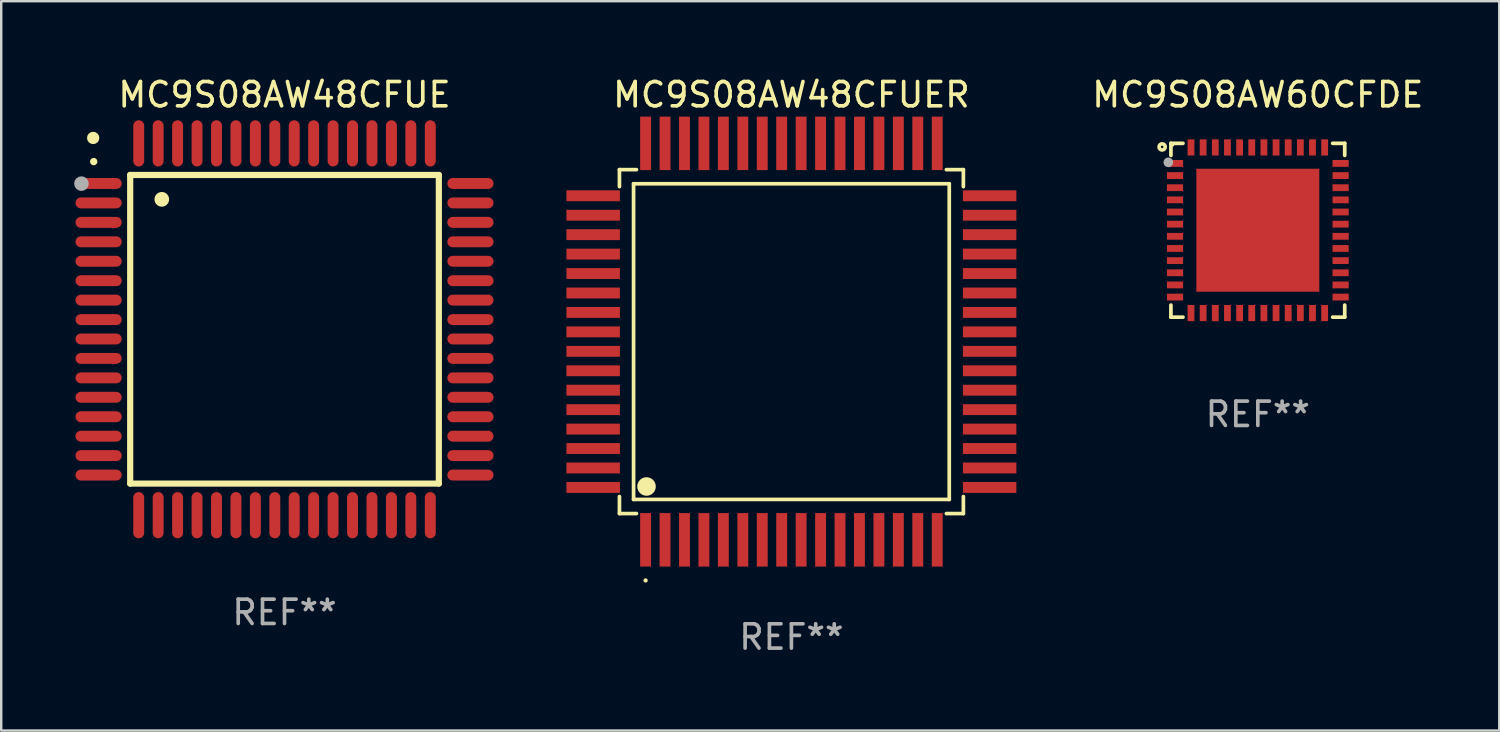
<source format=kicad_pcb>
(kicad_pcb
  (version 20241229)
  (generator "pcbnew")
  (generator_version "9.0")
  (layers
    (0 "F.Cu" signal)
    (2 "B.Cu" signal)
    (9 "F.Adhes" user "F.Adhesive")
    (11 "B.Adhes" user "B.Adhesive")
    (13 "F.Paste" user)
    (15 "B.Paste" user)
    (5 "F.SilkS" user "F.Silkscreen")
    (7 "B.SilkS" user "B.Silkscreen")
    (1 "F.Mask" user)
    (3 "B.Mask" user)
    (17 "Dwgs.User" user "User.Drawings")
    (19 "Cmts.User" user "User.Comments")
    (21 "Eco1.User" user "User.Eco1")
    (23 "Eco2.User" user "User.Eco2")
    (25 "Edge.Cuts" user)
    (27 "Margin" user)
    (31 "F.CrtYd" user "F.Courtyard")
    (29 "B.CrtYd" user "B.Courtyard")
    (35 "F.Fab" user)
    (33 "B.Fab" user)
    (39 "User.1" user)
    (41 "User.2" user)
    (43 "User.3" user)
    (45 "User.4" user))
  (footprint "MC9S08AW48CFUER"
    (layer "F.Cu")
    (at 29.515 11.006)
    (property "Reference" "MC9S08AW48CFUER" (at 0 -10.157 0) (layer "F.SilkS") (effects (font (size 1 1) (thickness 0.15))))
    (attr through_hole)
    (fp_line (start -7.076 -7.076) (end -7.076 -6.376) (stroke (width 0.152) (type solid)) (layer "F.SilkS"))
    (fp_line (start -7.076 7.076) (end -7.076 6.376) (stroke (width 0.152) (type solid)) (layer "F.SilkS"))
    (fp_line (start -6.495 -6.495) (end 6.495 -6.495) (stroke (width 0.152) (type solid)) (layer "F.SilkS"))
    (fp_line (start -6.495 6.495) (end -6.495 -6.495) (stroke (width 0.152) (type solid)) (layer "F.SilkS"))
    (fp_line (start -6.376 -7.076) (end -7.076 -7.076) (stroke (width 0.152) (type solid)) (layer "F.SilkS"))
    (fp_line (start -6.376 7.076) (end -7.076 7.076) (stroke (width 0.152) (type solid)) (layer "F.SilkS"))
    (fp_line (start 6.376 -7.076) (end 7.076 -7.076) (stroke (width 0.152) (type solid)) (layer "F.SilkS"))
    (fp_line (start 6.376 7.076) (end 7.076 7.076) (stroke (width 0.152) (type solid)) (layer "F.SilkS"))
    (fp_line (start 6.495 -6.495) (end 6.495 6.495) (stroke (width 0.152) (type solid)) (layer "F.SilkS"))
    (fp_line (start 6.495 6.495) (end -6.495 6.495) (stroke (width 0.152) (type solid)) (layer "F.SilkS"))
    (fp_line (start 7.076 -7.076) (end 7.076 -6.376) (stroke (width 0.152) (type solid)) (layer "F.SilkS"))
    (fp_line (start 7.076 7.076) (end 7.076 6.376) (stroke (width 0.152) (type solid)) (layer "F.SilkS"))
    (fp_circle (center -6 9.828) (end -5.956 9.828) (stroke (width 0.088) (type solid)) (fill no) (layer "F.SilkS"))
    (fp_circle (center -5.962 5.962) (end -5.771 5.962) (stroke (width 0.381) (type solid)) (fill no) (layer "F.SilkS"))
    (fp_text user "REF**" (at 0 12.157 0) (layer "F.Fab") (effects (font (size 1 1) (thickness 0.15))))
    (pad "1" smd rect (at -6 8.157 90) (size 2.2 0.448) (layers "F.Cu" "F.Mask" "F.Paste"))
    (pad "2" smd rect (at -5.2 8.157 90) (size 2.2 0.448) (layers "F.Cu" "F.Mask" "F.Paste"))
    (pad "3" smd rect (at -4.4 8.157 90) (size 2.2 0.448) (layers "F.Cu" "F.Mask" "F.Paste"))
    (pad "4" smd rect (at -3.6 8.157 90) (size 2.2 0.448) (layers "F.Cu" "F.Mask" "F.Paste"))
    (pad "5" smd rect (at -2.8 8.157 90) (size 2.2 0.448) (layers "F.Cu" "F.Mask" "F.Paste"))
    (pad "6" smd rect (at -2 8.157 90) (size 2.2 0.448) (layers "F.Cu" "F.Mask" "F.Paste"))
    (pad "7" smd rect (at -1.2 8.157 90) (size 2.2 0.448) (layers "F.Cu" "F.Mask" "F.Paste"))
    (pad "8" smd rect (at -0.4 8.157 90) (size 2.2 0.448) (layers "F.Cu" "F.Mask" "F.Paste"))
    (pad "9" smd rect (at 0.4 8.157 90) (size 2.2 0.448) (layers "F.Cu" "F.Mask" "F.Paste"))
    (pad "10" smd rect (at 1.2 8.157 90) (size 2.2 0.448) (layers "F.Cu" "F.Mask" "F.Paste"))
    (pad "11" smd rect (at 2 8.157 90) (size 2.2 0.448) (layers "F.Cu" "F.Mask" "F.Paste"))
    (pad "12" smd rect (at 2.8 8.157 90) (size 2.2 0.448) (layers "F.Cu" "F.Mask" "F.Paste"))
    (pad "13" smd rect (at 3.6 8.157 90) (size 2.2 0.448) (layers "F.Cu" "F.Mask" "F.Paste"))
    (pad "14" smd rect (at 4.4 8.157 90) (size 2.2 0.448) (layers "F.Cu" "F.Mask" "F.Paste"))
    (pad "15" smd rect (at 5.2 8.157 90) (size 2.2 0.448) (layers "F.Cu" "F.Mask" "F.Paste"))
    (pad "16" smd rect (at 6 8.157 90) (size 2.2 0.448) (layers "F.Cu" "F.Mask" "F.Paste"))
    (pad "17" smd rect (at 8.157 6 90) (size 0.448 2.2) (layers "F.Cu" "F.Mask" "F.Paste"))
    (pad "18" smd rect (at 8.157 5.2 90) (size 0.448 2.2) (layers "F.Cu" "F.Mask" "F.Paste"))
    (pad "19" smd rect (at 8.157 4.4 90) (size 0.448 2.2) (layers "F.Cu" "F.Mask" "F.Paste"))
    (pad "20" smd rect (at 8.157 3.6 90) (size 0.448 2.2) (layers "F.Cu" "F.Mask" "F.Paste"))
    (pad "21" smd rect (at 8.157 2.8 90) (size 0.448 2.2) (layers "F.Cu" "F.Mask" "F.Paste"))
    (pad "22" smd rect (at 8.157 2 90) (size 0.448 2.2) (layers "F.Cu" "F.Mask" "F.Paste"))
    (pad "23" smd rect (at 8.157 1.2 90) (size 0.448 2.2) (layers "F.Cu" "F.Mask" "F.Paste"))
    (pad "24" smd rect (at 8.157 0.4 90) (size 0.448 2.2) (layers "F.Cu" "F.Mask" "F.Paste"))
    (pad "25" smd rect (at 8.157 -0.4 90) (size 0.448 2.2) (layers "F.Cu" "F.Mask" "F.Paste"))
    (pad "26" smd rect (at 8.157 -1.2 90) (size 0.448 2.2) (layers "F.Cu" "F.Mask" "F.Paste"))
    (pad "27" smd rect (at 8.157 -2 90) (size 0.448 2.2) (layers "F.Cu" "F.Mask" "F.Paste"))
    (pad "28" smd rect (at 8.157 -2.8 90) (size 0.448 2.2) (layers "F.Cu" "F.Mask" "F.Paste"))
    (pad "29" smd rect (at 8.157 -3.6 90) (size 0.448 2.2) (layers "F.Cu" "F.Mask" "F.Paste"))
    (pad "30" smd rect (at 8.157 -4.4 90) (size 0.448 2.2) (layers "F.Cu" "F.Mask" "F.Paste"))
    (pad "31" smd rect (at 8.157 -5.2 90) (size 0.448 2.2) (layers "F.Cu" "F.Mask" "F.Paste"))
    (pad "32" smd rect (at 8.157 -6 90) (size 0.448 2.2) (layers "F.Cu" "F.Mask" "F.Paste"))
    (pad "33" smd rect (at 6 -8.157 90) (size 2.2 0.448) (layers "F.Cu" "F.Mask" "F.Paste"))
    (pad "34" smd rect (at 5.2 -8.157 90) (size 2.2 0.448) (layers "F.Cu" "F.Mask" "F.Paste"))
    (pad "35" smd rect (at 4.4 -8.157 90) (size 2.2 0.448) (layers "F.Cu" "F.Mask" "F.Paste"))
    (pad "36" smd rect (at 3.6 -8.157 90) (size 2.2 0.448) (layers "F.Cu" "F.Mask" "F.Paste"))
    (pad "37" smd rect (at 2.8 -8.157 90) (size 2.2 0.448) (layers "F.Cu" "F.Mask" "F.Paste"))
    (pad "38" smd rect (at 2 -8.157 90) (size 2.2 0.448) (layers "F.Cu" "F.Mask" "F.Paste"))
    (pad "39" smd rect (at 1.2 -8.157 90) (size 2.2 0.448) (layers "F.Cu" "F.Mask" "F.Paste"))
    (pad "40" smd rect (at 0.4 -8.157 90) (size 2.2 0.448) (layers "F.Cu" "F.Mask" "F.Paste"))
    (pad "41" smd rect (at -0.4 -8.157 90) (size 2.2 0.448) (layers "F.Cu" "F.Mask" "F.Paste"))
    (pad "42" smd rect (at -1.2 -8.157 90) (size 2.2 0.448) (layers "F.Cu" "F.Mask" "F.Paste"))
    (pad "43" smd rect (at -2 -8.157 90) (size 2.2 0.448) (layers "F.Cu" "F.Mask" "F.Paste"))
    (pad "44" smd rect (at -2.8 -8.157 90) (size 2.2 0.448) (layers "F.Cu" "F.Mask" "F.Paste"))
    (pad "45" smd rect (at -3.6 -8.157 90) (size 2.2 0.448) (layers "F.Cu" "F.Mask" "F.Paste"))
    (pad "46" smd rect (at -4.4 -8.157 90) (size 2.2 0.448) (layers "F.Cu" "F.Mask" "F.Paste"))
    (pad "47" smd rect (at -5.2 -8.157 90) (size 2.2 0.448) (layers "F.Cu" "F.Mask" "F.Paste"))
    (pad "48" smd rect (at -6 -8.157 90) (size 2.2 0.448) (layers "F.Cu" "F.Mask" "F.Paste"))
    (pad "49" smd rect (at -8.157 -6 90) (size 0.448 2.2) (layers "F.Cu" "F.Mask" "F.Paste"))
    (pad "50" smd rect (at -8.157 -5.2 90) (size 0.448 2.2) (layers "F.Cu" "F.Mask" "F.Paste"))
    (pad "51" smd rect (at -8.157 -4.4 90) (size 0.448 2.2) (layers "F.Cu" "F.Mask" "F.Paste"))
    (pad "52" smd rect (at -8.157 -3.6 90) (size 0.448 2.2) (layers "F.Cu" "F.Mask" "F.Paste"))
    (pad "53" smd rect (at -8.157 -2.8 90) (size 0.448 2.2) (layers "F.Cu" "F.Mask" "F.Paste"))
    (pad "54" smd rect (at -8.157 -2 90) (size 0.448 2.2) (layers "F.Cu" "F.Mask" "F.Paste"))
    (pad "55" smd rect (at -8.157 -1.2 90) (size 0.448 2.2) (layers "F.Cu" "F.Mask" "F.Paste"))
    (pad "56" smd rect (at -8.157 -0.4 90) (size 0.448 2.2) (layers "F.Cu" "F.Mask" "F.Paste"))
    (pad "57" smd rect (at -8.157 0.4 90) (size 0.448 2.2) (layers "F.Cu" "F.Mask" "F.Paste"))
    (pad "58" smd rect (at -8.157 1.2 90) (size 0.448 2.2) (layers "F.Cu" "F.Mask" "F.Paste"))
    (pad "59" smd rect (at -8.157 2 90) (size 0.448 2.2) (layers "F.Cu" "F.Mask" "F.Paste"))
    (pad "60" smd rect (at -8.157 2.8 90) (size 0.448 2.2) (layers "F.Cu" "F.Mask" "F.Paste"))
    (pad "61" smd rect (at -8.157 3.6 90) (size 0.448 2.2) (layers "F.Cu" "F.Mask" "F.Paste"))
    (pad "62" smd rect (at -8.157 4.4 90) (size 0.448 2.2) (layers "F.Cu" "F.Mask" "F.Paste"))
    (pad "63" smd rect (at -8.157 5.2 90) (size 0.448 2.2) (layers "F.Cu" "F.Mask" "F.Paste"))
    (pad "64" smd rect (at -8.157 6 90) (size 0.448 2.2) (layers "F.Cu" "F.Mask" "F.Paste")))
  (footprint "MC9S08AW48CFUE"
    (layer "F.Cu")
    (at 8.657 10.499)
    (property "Reference" "MC9S08AW48CFUE" (at 0 -9.65 0) (layer "F.SilkS") (effects (font (size 1 1) (thickness 0.15))))
    (attr through_hole)
    (fp_line (start -6.35 -6.35) (end 6.35 -6.35) (stroke (width 0.254) (type solid)) (layer "F.SilkS"))
    (fp_line (start -6.35 6.35) (end -6.35 -6.35) (stroke (width 0.254) (type solid)) (layer "F.SilkS"))
    (fp_line (start 6.35 -6.35) (end 6.35 6.35) (stroke (width 0.254) (type solid)) (layer "F.SilkS"))
    (fp_line (start 6.35 6.35) (end -6.35 6.35) (stroke (width 0.254) (type solid)) (layer "F.SilkS"))
    (fp_arc (start -7.851156 -6.898654) (mid -7.851161 -6.899924) (end -7.851156 -6.901194) (stroke (width 0.3) (type solid)) (layer "F.SilkS"))
    (fp_arc (start -5.04953 -5.344171) (mid -5.049541 -5.346711) (end -5.04953 -5.349251) (stroke (width 0.6) (type solid)) (layer "F.SilkS"))
    (fp_circle (center -7.873 -7.873) (end -7.746 -7.873) (stroke (width 0.254) (type solid)) (fill no) (layer "F.SilkS"))
    (fp_circle (center -8.357 -5.994) (end -8.207 -5.994) (stroke (width 0.3) (type solid)) (fill no) (layer "F.Fab"))
    (fp_text user "REF**" (at 0 11.65 0) (layer "F.Fab") (effects (font (size 1 1) (thickness 0.15))))
    (pad "1" smd oval (at -7.65 -5.999 90) (size 0.45 1.9) (layers "F.Cu" "F.Mask" "F.Paste"))
    (pad "2" smd oval (at -7.65 -5.199 90) (size 0.45 1.9) (layers "F.Cu" "F.Mask" "F.Paste"))
    (pad "3" smd oval (at -7.65 -4.399 90) (size 0.45 1.9) (layers "F.Cu" "F.Mask" "F.Paste"))
    (pad "4" smd oval (at -7.65 -3.599 90) (size 0.45 1.9) (layers "F.Cu" "F.Mask" "F.Paste"))
    (pad "5" smd oval (at -7.65 -2.799 90) (size 0.45 1.9) (layers "F.Cu" "F.Mask" "F.Paste"))
    (pad "6" smd oval (at -7.65 -1.999 90) (size 0.45 1.9) (layers "F.Cu" "F.Mask" "F.Paste"))
    (pad "7" smd oval (at -7.65 -1.199 90) (size 0.45 1.9) (layers "F.Cu" "F.Mask" "F.Paste"))
    (pad "8" smd oval (at -7.65 -0.399 90) (size 0.45 1.9) (layers "F.Cu" "F.Mask" "F.Paste"))
    (pad "9" smd oval (at -7.65 0.399 90) (size 0.45 1.9) (layers "F.Cu" "F.Mask" "F.Paste"))
    (pad "10" smd oval (at -7.65 1.199 90) (size 0.45 1.9) (layers "F.Cu" "F.Mask" "F.Paste"))
    (pad "11" smd oval (at -7.65 1.999 90) (size 0.45 1.9) (layers "F.Cu" "F.Mask" "F.Paste"))
    (pad "12" smd oval (at -7.65 2.799 90) (size 0.45 1.9) (layers "F.Cu" "F.Mask" "F.Paste"))
    (pad "13" smd oval (at -7.65 3.599 90) (size 0.45 1.9) (layers "F.Cu" "F.Mask" "F.Paste"))
    (pad "14" smd oval (at -7.65 4.399 90) (size 0.45 1.9) (layers "F.Cu" "F.Mask" "F.Paste"))
    (pad "15" smd oval (at -7.65 5.199 90) (size 0.45 1.9) (layers "F.Cu" "F.Mask" "F.Paste"))
    (pad "16" smd oval (at -7.65 5.999 90) (size 0.45 1.9) (layers "F.Cu" "F.Mask" "F.Paste"))
    (pad "17" smd oval (at -5.999 7.65) (size 0.45 1.9) (layers "F.Cu" "F.Mask" "F.Paste"))
    (pad "18" smd oval (at -5.199 7.65) (size 0.45 1.9) (layers "F.Cu" "F.Mask" "F.Paste"))
    (pad "19" smd oval (at -4.399 7.65) (size 0.45 1.9) (layers "F.Cu" "F.Mask" "F.Paste"))
    (pad "20" smd oval (at -3.599 7.65) (size 0.45 1.9) (layers "F.Cu" "F.Mask" "F.Paste"))
    (pad "21" smd oval (at -2.799 7.65) (size 0.45 1.9) (layers "F.Cu" "F.Mask" "F.Paste"))
    (pad "22" smd oval (at -1.999 7.65) (size 0.45 1.9) (layers "F.Cu" "F.Mask" "F.Paste"))
    (pad "23" smd oval (at -1.199 7.65) (size 0.45 1.9) (layers "F.Cu" "F.Mask" "F.Paste"))
    (pad "24" smd oval (at -0.399 7.65) (size 0.45 1.9) (layers "F.Cu" "F.Mask" "F.Paste"))
    (pad "25" smd oval (at 0.399 7.65) (size 0.45 1.9) (layers "F.Cu" "F.Mask" "F.Paste"))
    (pad "26" smd oval (at 1.199 7.65) (size 0.45 1.9) (layers "F.Cu" "F.Mask" "F.Paste"))
    (pad "27" smd oval (at 1.999 7.65) (size 0.45 1.9) (layers "F.Cu" "F.Mask" "F.Paste"))
    (pad "28" smd oval (at 2.799 7.65) (size 0.45 1.9) (layers "F.Cu" "F.Mask" "F.Paste"))
    (pad "29" smd oval (at 3.599 7.65) (size 0.45 1.9) (layers "F.Cu" "F.Mask" "F.Paste"))
    (pad "30" smd oval (at 4.399 7.65) (size 0.45 1.9) (layers "F.Cu" "F.Mask" "F.Paste"))
    (pad "31" smd oval (at 5.199 7.65) (size 0.45 1.9) (layers "F.Cu" "F.Mask" "F.Paste"))
    (pad "32" smd oval (at 5.999 7.65) (size 0.45 1.9) (layers "F.Cu" "F.Mask" "F.Paste"))
    (pad "33" smd oval (at 7.65 5.999 90) (size 0.45 1.9) (layers "F.Cu" "F.Mask" "F.Paste"))
    (pad "34" smd oval (at 7.65 5.199 90) (size 0.45 1.9) (layers "F.Cu" "F.Mask" "F.Paste"))
    (pad "35" smd oval (at 7.65 4.399 90) (size 0.45 1.9) (layers "F.Cu" "F.Mask" "F.Paste"))
    (pad "36" smd oval (at 7.65 3.599 90) (size 0.45 1.9) (layers "F.Cu" "F.Mask" "F.Paste"))
    (pad "37" smd oval (at 7.65 2.799 90) (size 0.45 1.9) (layers "F.Cu" "F.Mask" "F.Paste"))
    (pad "38" smd oval (at 7.65 1.999 90) (size 0.45 1.9) (layers "F.Cu" "F.Mask" "F.Paste"))
    (pad "39" smd oval (at 7.65 1.199 90) (size 0.45 1.9) (layers "F.Cu" "F.Mask" "F.Paste"))
    (pad "40" smd oval (at 7.65 0.399 90) (size 0.45 1.9) (layers "F.Cu" "F.Mask" "F.Paste"))
    (pad "41" smd oval (at 7.65 -0.399 90) (size 0.45 1.9) (layers "F.Cu" "F.Mask" "F.Paste"))
    (pad "42" smd oval (at 7.65 -1.199 90) (size 0.45 1.9) (layers "F.Cu" "F.Mask" "F.Paste"))
    (pad "43" smd oval (at 7.65 -1.999 90) (size 0.45 1.9) (layers "F.Cu" "F.Mask" "F.Paste"))
    (pad "44" smd oval (at 7.65 -2.799 90) (size 0.45 1.9) (layers "F.Cu" "F.Mask" "F.Paste"))
    (pad "45" smd oval (at 7.65 -3.599 90) (size 0.45 1.9) (layers "F.Cu" "F.Mask" "F.Paste"))
    (pad "46" smd oval (at 7.65 -4.399 90) (size 0.45 1.9) (layers "F.Cu" "F.Mask" "F.Paste"))
    (pad "47" smd oval (at 7.65 -5.199 90) (size 0.45 1.9) (layers "F.Cu" "F.Mask" "F.Paste"))
    (pad "48" smd oval (at 7.65 -5.999 90) (size 0.45 1.9) (layers "F.Cu" "F.Mask" "F.Paste"))
    (pad "49" smd oval (at 5.999 -7.65) (size 0.45 1.9) (layers "F.Cu" "F.Mask" "F.Paste"))
    (pad "50" smd oval (at 5.199 -7.65) (size 0.45 1.9) (layers "F.Cu" "F.Mask" "F.Paste"))
    (pad "51" smd oval (at 4.399 -7.65) (size 0.45 1.9) (layers "F.Cu" "F.Mask" "F.Paste"))
    (pad "52" smd oval (at 3.599 -7.65) (size 0.45 1.9) (layers "F.Cu" "F.Mask" "F.Paste"))
    (pad "53" smd oval (at 2.799 -7.65) (size 0.45 1.9) (layers "F.Cu" "F.Mask" "F.Paste"))
    (pad "54" smd oval (at 1.999 -7.65) (size 0.45 1.9) (layers "F.Cu" "F.Mask" "F.Paste"))
    (pad "55" smd oval (at 1.199 -7.65) (size 0.45 1.9) (layers "F.Cu" "F.Mask" "F.Paste"))
    (pad "56" smd oval (at 0.399 -7.65) (size 0.45 1.9) (layers "F.Cu" "F.Mask" "F.Paste"))
    (pad "57" smd oval (at -0.399 -7.65) (size 0.45 1.9) (layers "F.Cu" "F.Mask" "F.Paste"))
    (pad "58" smd oval (at -1.199 -7.65) (size 0.45 1.9) (layers "F.Cu" "F.Mask" "F.Paste"))
    (pad "59" smd oval (at -1.999 -7.65) (size 0.45 1.9) (layers "F.Cu" "F.Mask" "F.Paste"))
    (pad "60" smd oval (at -2.799 -7.65) (size 0.45 1.9) (layers "F.Cu" "F.Mask" "F.Paste"))
    (pad "61" smd oval (at -3.599 -7.65) (size 0.45 1.9) (layers "F.Cu" "F.Mask" "F.Paste"))
    (pad "62" smd oval (at -4.399 -7.65) (size 0.45 1.9) (layers "F.Cu" "F.Mask" "F.Paste"))
    (pad "63" smd oval (at -5.199 -7.65) (size 0.45 1.9) (layers "F.Cu" "F.Mask" "F.Paste"))
    (pad "64" smd oval (at -5.999 -7.65) (size 0.45 1.9) (layers "F.Cu" "F.Mask" "F.Paste")))
  (footprint "MC9S08AW60CFDE"
    (layer "F.Cu")
    (at 48.707 6.424)
    (property "Reference" "MC9S08AW60CFDE" (at 0 -5.576 0) (layer "F.SilkS") (effects (font (size 1 1) (thickness 0.15))))
    (attr through_hole)
    (fp_line (start -3.576 -3.576) (end -3.576 -3.08) (stroke (width 0.152) (type solid)) (layer "F.SilkS"))
    (fp_line (start -3.576 3.576) (end -3.576 3.08) (stroke (width 0.152) (type solid)) (layer "F.SilkS"))
    (fp_line (start -3.08 -3.576) (end -3.576 -3.576) (stroke (width 0.152) (type solid)) (layer "F.SilkS"))
    (fp_line (start -3.08 3.576) (end -3.576 3.576) (stroke (width 0.152) (type solid)) (layer "F.SilkS"))
    (fp_line (start 3.08 -3.576) (end 3.576 -3.576) (stroke (width 0.152) (type solid)) (layer "F.SilkS"))
    (fp_line (start 3.08 3.576) (end 3.576 3.576) (stroke (width 0.152) (type solid)) (layer "F.SilkS"))
    (fp_line (start 3.576 -3.576) (end 3.576 -3.08) (stroke (width 0.152) (type solid)) (layer "F.SilkS"))
    (fp_line (start 3.576 3.576) (end 3.576 3.08) (stroke (width 0.152) (type solid)) (layer "F.SilkS"))
    (fp_circle (center -3.937 -3.429) (end -3.81 -3.429) (stroke (width 0.15) (type solid)) (fill no) (layer "F.SilkS"))
    (fp_circle (center -3.5 -3.5) (end -3.47 -3.5) (stroke (width 0.06) (type solid)) (fill no) (layer "F.SilkS"))
    (fp_circle (center -3.683 -2.794) (end -3.583 -2.794) (stroke (width 0.2) (type solid)) (fill no) (layer "F.Fab"))
    (fp_text user "REF**" (at 0 7.576 0) (layer "F.Fab") (effects (font (size 1 1) (thickness 0.15))))
    (pad "1" smd rect (at -3.407 -2.75) (size 0.665 0.28) (layers "F.Cu" "F.Mask" "F.Paste"))
    (pad "2" smd rect (at -3.407 -2.25) (size 0.665 0.28) (layers "F.Cu" "F.Mask" "F.Paste"))
    (pad "3" smd rect (at -3.407 -1.75) (size 0.665 0.28) (layers "F.Cu" "F.Mask" "F.Paste"))
    (pad "4" smd rect (at -3.407 -1.25) (size 0.665 0.28) (layers "F.Cu" "F.Mask" "F.Paste"))
    (pad "5" smd rect (at -3.407 -0.75) (size 0.665 0.28) (layers "F.Cu" "F.Mask" "F.Paste"))
    (pad "6" smd rect (at -3.407 -0.25) (size 0.665 0.28) (layers "F.Cu" "F.Mask" "F.Paste"))
    (pad "7" smd rect (at -3.407 0.25) (size 0.665 0.28) (layers "F.Cu" "F.Mask" "F.Paste"))
    (pad "8" smd rect (at -3.407 0.75) (size 0.665 0.28) (layers "F.Cu" "F.Mask" "F.Paste"))
    (pad "9" smd rect (at -3.407 1.25) (size 0.665 0.28) (layers "F.Cu" "F.Mask" "F.Paste"))
    (pad "10" smd rect (at -3.407 1.75) (size 0.665 0.28) (layers "F.Cu" "F.Mask" "F.Paste"))
    (pad "11" smd rect (at -3.407 2.25) (size 0.665 0.28) (layers "F.Cu" "F.Mask" "F.Paste"))
    (pad "12" smd rect (at -3.407 2.75) (size 0.665 0.28) (layers "F.Cu" "F.Mask" "F.Paste"))
    (pad "13" smd rect (at -2.75 3.407) (size 0.28 0.665) (layers "F.Cu" "F.Mask" "F.Paste"))
    (pad "14" smd rect (at -2.25 3.407) (size 0.28 0.665) (layers "F.Cu" "F.Mask" "F.Paste"))
    (pad "15" smd rect (at -1.75 3.407) (size 0.28 0.665) (layers "F.Cu" "F.Mask" "F.Paste"))
    (pad "16" smd rect (at -1.25 3.407) (size 0.28 0.665) (layers "F.Cu" "F.Mask" "F.Paste"))
    (pad "17" smd rect (at -0.75 3.407) (size 0.28 0.665) (layers "F.Cu" "F.Mask" "F.Paste"))
    (pad "18" smd rect (at -0.25 3.407) (size 0.28 0.665) (layers "F.Cu" "F.Mask" "F.Paste"))
    (pad "19" smd rect (at 0.25 3.407) (size 0.28 0.665) (layers "F.Cu" "F.Mask" "F.Paste"))
    (pad "20" smd rect (at 0.75 3.407) (size 0.28 0.665) (layers "F.Cu" "F.Mask" "F.Paste"))
    (pad "21" smd rect (at 1.25 3.407) (size 0.28 0.665) (layers "F.Cu" "F.Mask" "F.Paste"))
    (pad "22" smd rect (at 1.75 3.407) (size 0.28 0.665) (layers "F.Cu" "F.Mask" "F.Paste"))
    (pad "23" smd rect (at 2.25 3.407) (size 0.28 0.665) (layers "F.Cu" "F.Mask" "F.Paste"))
    (pad "24" smd rect (at 2.75 3.407) (size 0.28 0.665) (layers "F.Cu" "F.Mask" "F.Paste"))
    (pad "25" smd rect (at 3.407 2.75) (size 0.665 0.28) (layers "F.Cu" "F.Mask" "F.Paste"))
    (pad "26" smd rect (at 3.407 2.25) (size 0.665 0.28) (layers "F.Cu" "F.Mask" "F.Paste"))
    (pad "27" smd rect (at 3.407 1.75) (size 0.665 0.28) (layers "F.Cu" "F.Mask" "F.Paste"))
    (pad "28" smd rect (at 3.407 1.25) (size 0.665 0.28) (layers "F.Cu" "F.Mask" "F.Paste"))
    (pad "29" smd rect (at 3.407 0.75) (size 0.665 0.28) (layers "F.Cu" "F.Mask" "F.Paste"))
    (pad "30" smd rect (at 3.407 0.25) (size 0.665 0.28) (layers "F.Cu" "F.Mask" "F.Paste"))
    (pad "31" smd rect (at 3.407 -0.25) (size 0.665 0.28) (layers "F.Cu" "F.Mask" "F.Paste"))
    (pad "32" smd rect (at 3.407 -0.75) (size 0.665 0.28) (layers "F.Cu" "F.Mask" "F.Paste"))
    (pad "33" smd rect (at 3.407 -1.25) (size 0.665 0.28) (layers "F.Cu" "F.Mask" "F.Paste"))
    (pad "34" smd rect (at 3.407 -1.75) (size 0.665 0.28) (layers "F.Cu" "F.Mask" "F.Paste"))
    (pad "35" smd rect (at 3.407 -2.25) (size 0.665 0.28) (layers "F.Cu" "F.Mask" "F.Paste"))
    (pad "36" smd rect (at 3.407 -2.75) (size 0.665 0.28) (layers "F.Cu" "F.Mask" "F.Paste"))
    (pad "37" smd rect (at 2.75 -3.407) (size 0.28 0.665) (layers "F.Cu" "F.Mask" "F.Paste"))
    (pad "38" smd rect (at 2.25 -3.407) (size 0.28 0.665) (layers "F.Cu" "F.Mask" "F.Paste"))
    (pad "39" smd rect (at 1.75 -3.407) (size 0.28 0.665) (layers "F.Cu" "F.Mask" "F.Paste"))
    (pad "40" smd rect (at 1.25 -3.407) (size 0.28 0.665) (layers "F.Cu" "F.Mask" "F.Paste"))
    (pad "41" smd rect (at 0.75 -3.407) (size 0.28 0.665) (layers "F.Cu" "F.Mask" "F.Paste"))
    (pad "42" smd rect (at 0.25 -3.407) (size 0.28 0.665) (layers "F.Cu" "F.Mask" "F.Paste"))
    (pad "43" smd rect (at -0.25 -3.407) (size 0.28 0.665) (layers "F.Cu" "F.Mask" "F.Paste"))
    (pad "44" smd rect (at -0.75 -3.407) (size 0.28 0.665) (layers "F.Cu" "F.Mask" "F.Paste"))
    (pad "45" smd rect (at -1.25 -3.407) (size 0.28 0.665) (layers "F.Cu" "F.Mask" "F.Paste"))
    (pad "46" smd rect (at -1.75 -3.407) (size 0.28 0.665) (layers "F.Cu" "F.Mask" "F.Paste"))
    (pad "47" smd rect (at -2.25 -3.407) (size 0.28 0.665) (layers "F.Cu" "F.Mask" "F.Paste"))
    (pad "48" smd rect (at -2.75 -3.407) (size 0.28 0.665) (layers "F.Cu" "F.Mask" "F.Paste"))
    (pad "49" smd rect (at 0 0) (size 5.06 5.06) (layers "F.Cu" "F.Mask" "F.Paste")))
  (gr_rect
    (start -3 -3)
    (end 58.641 27.011)
    (stroke (width 0.1) (type default))
    (fill no)
    (layer "Edge.Cuts")))
</source>
